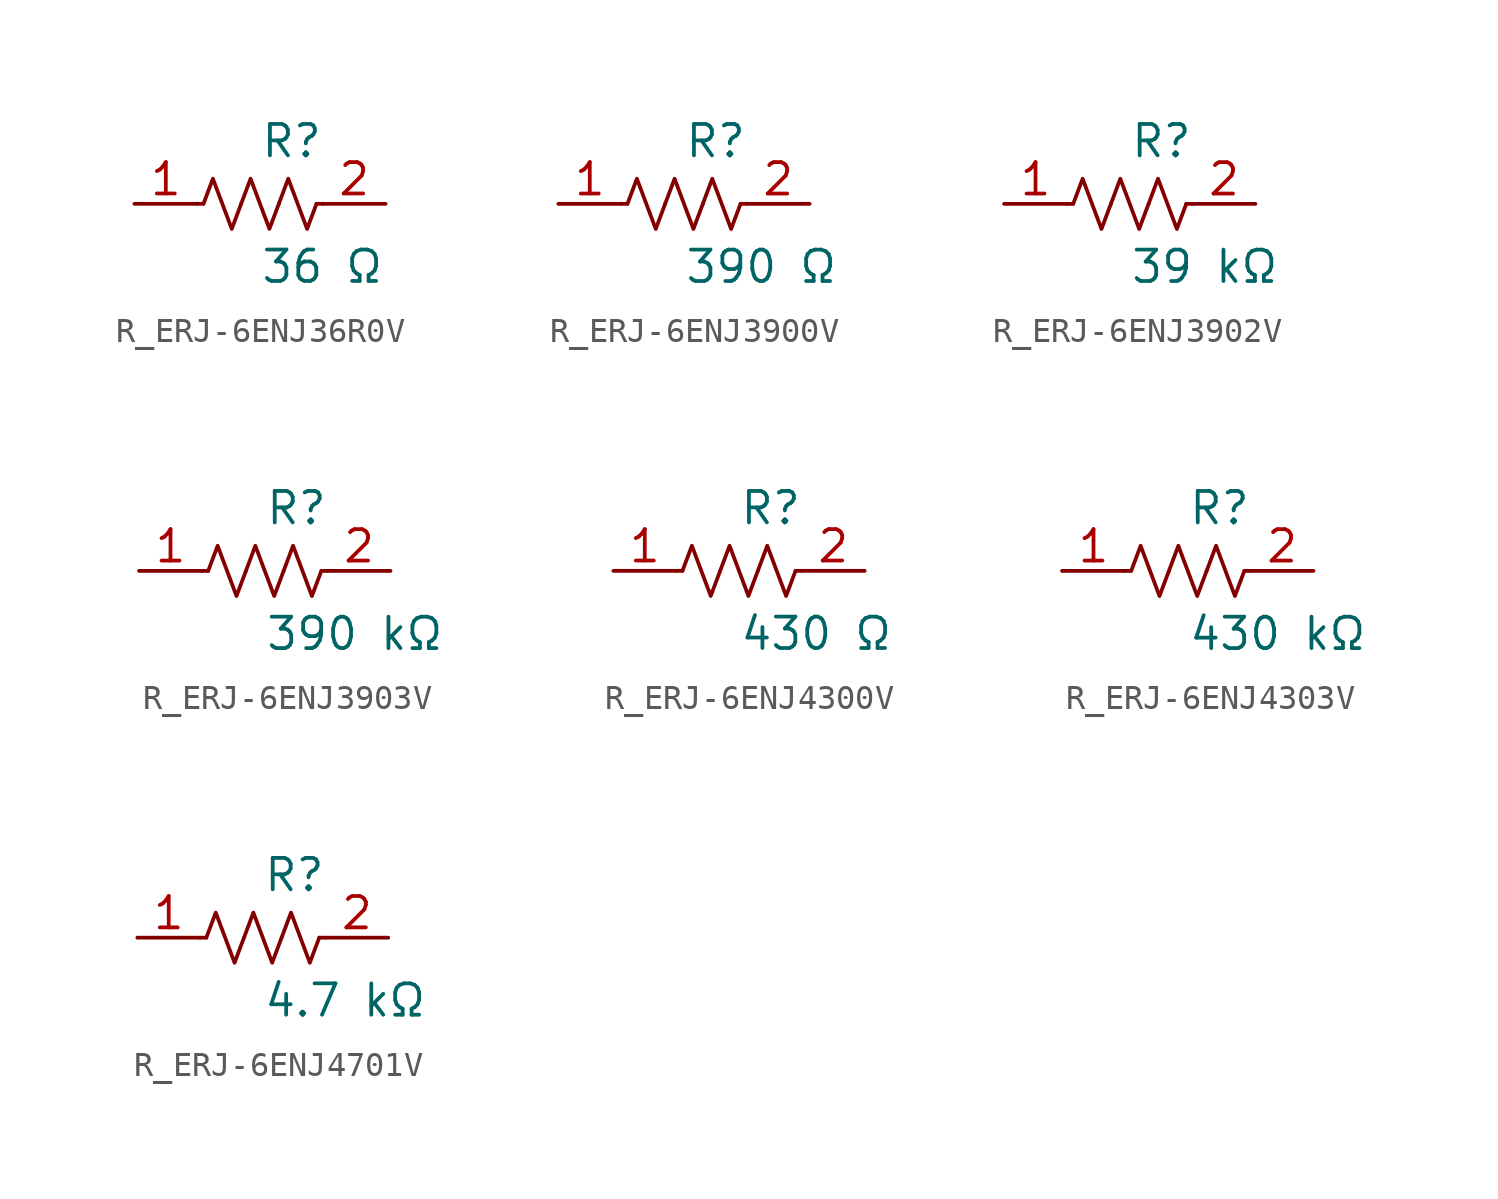
<source format=kicad_sym>
(kicad_symbol_lib
  (version 20231120)
  (generator kicad_symbol_editor)
  (generator_version 8.0)
  (symbol "R_ERJ-6ENJ36R0V"
    (pin_names
      (offset 0.254))
    (property "Reference" "R"
      (at 0.0 2.54 0)
      (effects (font (size 1.27 1.27)) (justify left)))
    (property "Value" "36 Ω"
      (at 0.0 -2.54 0)
      (effects (font (size 1.27 1.27)) (justify left)))
    (symbol "R_ERJ-6ENJ36R0V_0_1"
      (polyline (pts (xy 2.286 0) (xy 2.54 0)) (stroke (width 0) (type default)) (fill (type none)))
      (polyline (pts (xy -2.286 0) (xy -2.54 0)) (stroke (width 0) (type default)) (fill (type none)))
      (polyline (pts (xy 0.762 0) (xy 1.143 1.016) (xy 1.524 0) (xy 1.905 -1.016) (xy 2.286 0)) (stroke (width 0) (type default)) (fill (type none)))
      (polyline (pts (xy -0.762 0) (xy -0.381 1.016) (xy 0 0) (xy 0.381 -1.016) (xy 0.762 0)) (stroke (width 0) (type default)) (fill (type none)))
      (polyline (pts (xy -2.286 0) (xy -1.905 1.016) (xy -1.524 0) (xy -1.143 -1.016) (xy -0.762 0)) (stroke (width 0) (type default)) (fill (type none))))
    (pin unspecified line
      (at -5.08 0 0)
      (length 2.54)
      (name "" (effects (font (size 1.27 1.27))))
      (number "1" (effects (font (size 1.27 1.27)))))
    (pin unspecified line
      (at 5.08 0 180)
      (length 2.54)
      (name "" (effects (font (size 1.27 1.27))))
      (number "2" (effects (font (size 1.27 1.27))))))
  (symbol "R_ERJ-6ENJ3900V"
    (pin_names
      (offset 0.254))
    (property "Reference" "R"
      (at 0.0 2.54 0)
      (effects (font (size 1.27 1.27)) (justify left)))
    (property "Value" "390 Ω"
      (at 0.0 -2.54 0)
      (effects (font (size 1.27 1.27)) (justify left)))
    (symbol "R_ERJ-6ENJ3900V_0_1"
      (polyline (pts (xy 2.286 0) (xy 2.54 0)) (stroke (width 0) (type default)) (fill (type none)))
      (polyline (pts (xy -2.286 0) (xy -2.54 0)) (stroke (width 0) (type default)) (fill (type none)))
      (polyline (pts (xy 0.762 0) (xy 1.143 1.016) (xy 1.524 0) (xy 1.905 -1.016) (xy 2.286 0)) (stroke (width 0) (type default)) (fill (type none)))
      (polyline (pts (xy -0.762 0) (xy -0.381 1.016) (xy 0 0) (xy 0.381 -1.016) (xy 0.762 0)) (stroke (width 0) (type default)) (fill (type none)))
      (polyline (pts (xy -2.286 0) (xy -1.905 1.016) (xy -1.524 0) (xy -1.143 -1.016) (xy -0.762 0)) (stroke (width 0) (type default)) (fill (type none))))
    (pin unspecified line
      (at -5.08 0 0)
      (length 2.54)
      (name "" (effects (font (size 1.27 1.27))))
      (number "1" (effects (font (size 1.27 1.27)))))
    (pin unspecified line
      (at 5.08 0 180)
      (length 2.54)
      (name "" (effects (font (size 1.27 1.27))))
      (number "2" (effects (font (size 1.27 1.27))))))
  (symbol "R_ERJ-6ENJ3902V"
    (pin_names
      (offset 0.254))
    (property "Reference" "R"
      (at 0.0 2.54 0)
      (effects (font (size 1.27 1.27)) (justify left)))
    (property "Value" "39 kΩ"
      (at 0.0 -2.54 0)
      (effects (font (size 1.27 1.27)) (justify left)))
    (symbol "R_ERJ-6ENJ3902V_0_1"
      (polyline (pts (xy 2.286 0) (xy 2.54 0)) (stroke (width 0) (type default)) (fill (type none)))
      (polyline (pts (xy -2.286 0) (xy -2.54 0)) (stroke (width 0) (type default)) (fill (type none)))
      (polyline (pts (xy 0.762 0) (xy 1.143 1.016) (xy 1.524 0) (xy 1.905 -1.016) (xy 2.286 0)) (stroke (width 0) (type default)) (fill (type none)))
      (polyline (pts (xy -0.762 0) (xy -0.381 1.016) (xy 0 0) (xy 0.381 -1.016) (xy 0.762 0)) (stroke (width 0) (type default)) (fill (type none)))
      (polyline (pts (xy -2.286 0) (xy -1.905 1.016) (xy -1.524 0) (xy -1.143 -1.016) (xy -0.762 0)) (stroke (width 0) (type default)) (fill (type none))))
    (pin unspecified line
      (at -5.08 0 0)
      (length 2.54)
      (name "" (effects (font (size 1.27 1.27))))
      (number "1" (effects (font (size 1.27 1.27)))))
    (pin unspecified line
      (at 5.08 0 180)
      (length 2.54)
      (name "" (effects (font (size 1.27 1.27))))
      (number "2" (effects (font (size 1.27 1.27))))))
  (symbol "R_ERJ-6ENJ3903V"
    (pin_names
      (offset 0.254))
    (property "Reference" "R"
      (at 0.0 2.54 0)
      (effects (font (size 1.27 1.27)) (justify left)))
    (property "Value" "390 kΩ"
      (at 0.0 -2.54 0)
      (effects (font (size 1.27 1.27)) (justify left)))
    (symbol "R_ERJ-6ENJ3903V_0_1"
      (polyline (pts (xy 2.286 0) (xy 2.54 0)) (stroke (width 0) (type default)) (fill (type none)))
      (polyline (pts (xy -2.286 0) (xy -2.54 0)) (stroke (width 0) (type default)) (fill (type none)))
      (polyline (pts (xy 0.762 0) (xy 1.143 1.016) (xy 1.524 0) (xy 1.905 -1.016) (xy 2.286 0)) (stroke (width 0) (type default)) (fill (type none)))
      (polyline (pts (xy -0.762 0) (xy -0.381 1.016) (xy 0 0) (xy 0.381 -1.016) (xy 0.762 0)) (stroke (width 0) (type default)) (fill (type none)))
      (polyline (pts (xy -2.286 0) (xy -1.905 1.016) (xy -1.524 0) (xy -1.143 -1.016) (xy -0.762 0)) (stroke (width 0) (type default)) (fill (type none))))
    (pin unspecified line
      (at -5.08 0 0)
      (length 2.54)
      (name "" (effects (font (size 1.27 1.27))))
      (number "1" (effects (font (size 1.27 1.27)))))
    (pin unspecified line
      (at 5.08 0 180)
      (length 2.54)
      (name "" (effects (font (size 1.27 1.27))))
      (number "2" (effects (font (size 1.27 1.27))))))
  (symbol "R_ERJ-6ENJ4300V"
    (pin_names
      (offset 0.254))
    (property "Reference" "R"
      (at 0.0 2.54 0)
      (effects (font (size 1.27 1.27)) (justify left)))
    (property "Value" "430 Ω"
      (at 0.0 -2.54 0)
      (effects (font (size 1.27 1.27)) (justify left)))
    (symbol "R_ERJ-6ENJ4300V_0_1"
      (polyline (pts (xy 2.286 0) (xy 2.54 0)) (stroke (width 0) (type default)) (fill (type none)))
      (polyline (pts (xy -2.286 0) (xy -2.54 0)) (stroke (width 0) (type default)) (fill (type none)))
      (polyline (pts (xy 0.762 0) (xy 1.143 1.016) (xy 1.524 0) (xy 1.905 -1.016) (xy 2.286 0)) (stroke (width 0) (type default)) (fill (type none)))
      (polyline (pts (xy -0.762 0) (xy -0.381 1.016) (xy 0 0) (xy 0.381 -1.016) (xy 0.762 0)) (stroke (width 0) (type default)) (fill (type none)))
      (polyline (pts (xy -2.286 0) (xy -1.905 1.016) (xy -1.524 0) (xy -1.143 -1.016) (xy -0.762 0)) (stroke (width 0) (type default)) (fill (type none))))
    (pin unspecified line
      (at -5.08 0 0)
      (length 2.54)
      (name "" (effects (font (size 1.27 1.27))))
      (number "1" (effects (font (size 1.27 1.27)))))
    (pin unspecified line
      (at 5.08 0 180)
      (length 2.54)
      (name "" (effects (font (size 1.27 1.27))))
      (number "2" (effects (font (size 1.27 1.27))))))
  (symbol "R_ERJ-6ENJ4303V"
    (pin_names
      (offset 0.254))
    (property "Reference" "R"
      (at 0.0 2.54 0)
      (effects (font (size 1.27 1.27)) (justify left)))
    (property "Value" "430 kΩ"
      (at 0.0 -2.54 0)
      (effects (font (size 1.27 1.27)) (justify left)))
    (symbol "R_ERJ-6ENJ4303V_0_1"
      (polyline (pts (xy 2.286 0) (xy 2.54 0)) (stroke (width 0) (type default)) (fill (type none)))
      (polyline (pts (xy -2.286 0) (xy -2.54 0)) (stroke (width 0) (type default)) (fill (type none)))
      (polyline (pts (xy 0.762 0) (xy 1.143 1.016) (xy 1.524 0) (xy 1.905 -1.016) (xy 2.286 0)) (stroke (width 0) (type default)) (fill (type none)))
      (polyline (pts (xy -0.762 0) (xy -0.381 1.016) (xy 0 0) (xy 0.381 -1.016) (xy 0.762 0)) (stroke (width 0) (type default)) (fill (type none)))
      (polyline (pts (xy -2.286 0) (xy -1.905 1.016) (xy -1.524 0) (xy -1.143 -1.016) (xy -0.762 0)) (stroke (width 0) (type default)) (fill (type none))))
    (pin unspecified line
      (at -5.08 0 0)
      (length 2.54)
      (name "" (effects (font (size 1.27 1.27))))
      (number "1" (effects (font (size 1.27 1.27)))))
    (pin unspecified line
      (at 5.08 0 180)
      (length 2.54)
      (name "" (effects (font (size 1.27 1.27))))
      (number "2" (effects (font (size 1.27 1.27))))))
  (symbol "R_ERJ-6ENJ4701V"
    (pin_names
      (offset 0.254))
    (property "Reference" "R"
      (at 0.0 2.54 0)
      (effects (font (size 1.27 1.27)) (justify left)))
    (property "Value" "4.7 kΩ"
      (at 0.0 -2.54 0)
      (effects (font (size 1.27 1.27)) (justify left)))
    (symbol "R_ERJ-6ENJ4701V_0_1"
      (polyline (pts (xy 2.286 0) (xy 2.54 0)) (stroke (width 0) (type default)) (fill (type none)))
      (polyline (pts (xy -2.286 0) (xy -2.54 0)) (stroke (width 0) (type default)) (fill (type none)))
      (polyline (pts (xy 0.762 0) (xy 1.143 1.016) (xy 1.524 0) (xy 1.905 -1.016) (xy 2.286 0)) (stroke (width 0) (type default)) (fill (type none)))
      (polyline (pts (xy -0.762 0) (xy -0.381 1.016) (xy 0 0) (xy 0.381 -1.016) (xy 0.762 0)) (stroke (width 0) (type default)) (fill (type none)))
      (polyline (pts (xy -2.286 0) (xy -1.905 1.016) (xy -1.524 0) (xy -1.143 -1.016) (xy -0.762 0)) (stroke (width 0) (type default)) (fill (type none))))
    (pin unspecified line
      (at -5.08 0 0)
      (length 2.54)
      (name "" (effects (font (size 1.27 1.27))))
      (number "1" (effects (font (size 1.27 1.27)))))
    (pin unspecified line
      (at 5.08 0 180)
      (length 2.54)
      (name "" (effects (font (size 1.27 1.27))))
      (number "2" (effects (font (size 1.27 1.27)))))))
</source>
